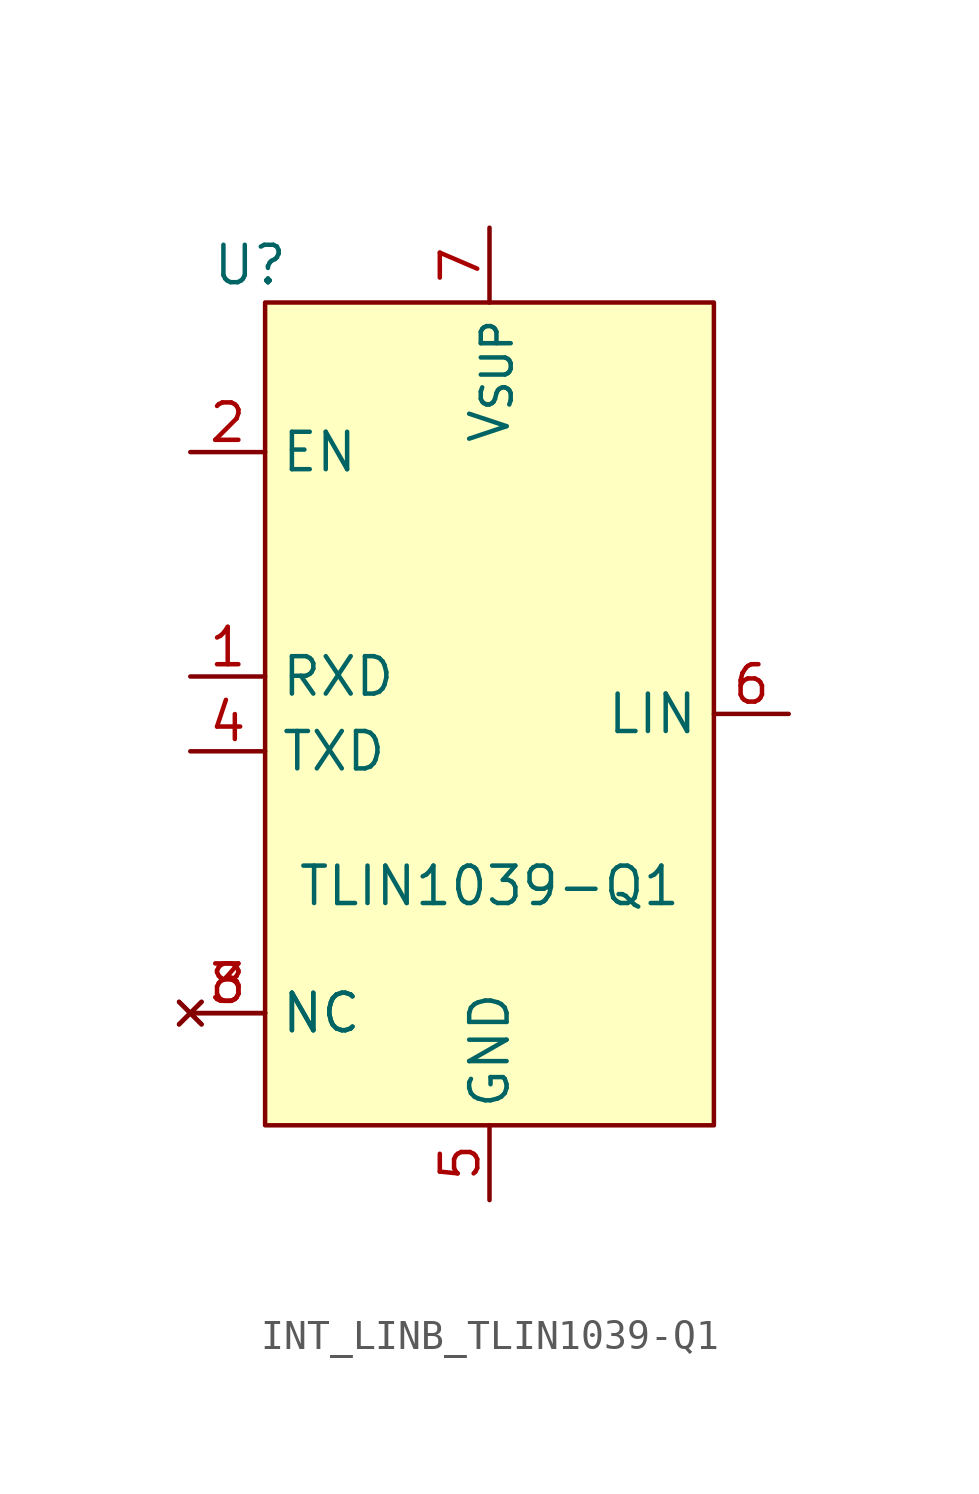
<source format=kicad_sym>
(kicad_symbol_lib
  (version 20231120)
  (generator "kicad_symbol_editor")
  (generator_version "8.0")
  (symbol "INT_LINB_TLIN1039-Q1"
    (property "Reference" "U"
      (at -8.128 15.24 0)
      (effects (font (size 1.27 1.27))))
    (property "Value" "TLIN1039-Q1"
      (at 0 -5.842 0)
      (effects (font (size 1.27 1.27))))
    (symbol "INT_LINB_TLIN1039-Q1_1_1"
      (rectangle (start -7.62 13.97) (end 7.62 -13.97) (stroke (width 0) (type default) (color 132 0 0 1)) (fill (type background)))
      (pin output line (at -10.16 1.27 0) (length 2.54) (name "RXD" (effects (font (size 1.27 1.27)))) (number "1" (effects (font (size 1.27 1.27)))))
      (pin input line (at -10.16 8.89 0) (length 2.54) (name "EN" (effects (font (size 1.27 1.27)))) (number "2" (effects (font (size 1.27 1.27)))))
      (pin no_connect line (at -10.16 -10.16 0) (length 2.54) (name "NC" (effects (font (size 1.27 1.27)))) (number "3" (effects (font (size 1.27 1.27)))))
      (pin input line (at -10.16 -1.27 0) (length 2.54) (name "TXD" (effects (font (size 1.27 1.27)))) (number "4" (effects (font (size 1.27 1.27)))))
      (pin input line (at 0 -16.51 90) (length 2.54) (name "GND" (effects (font (size 1.27 1.27)))) (number "5" (effects (font (size 1.27 1.27)))))
      (pin bidirectional line (at 10.16 0 180) (length 2.54) (name "LIN" (effects (font (size 1.27 1.27)))) (number "6" (effects (font (size 1.27 1.27)))))
      (pin input line (at 0 16.51 270) (length 2.54) (name "V_{SUP}" (effects (font (size 1.27 1.27)))) (number "7" (effects (font (size 1.27 1.27)))))
      (pin no_connect line (at -10.16 -10.16 0) (length 2.54) (name "NC" (effects (font (size 1.27 1.27)))) (number "8" (effects (font (size 1.27 1.27))))))))
</source>
